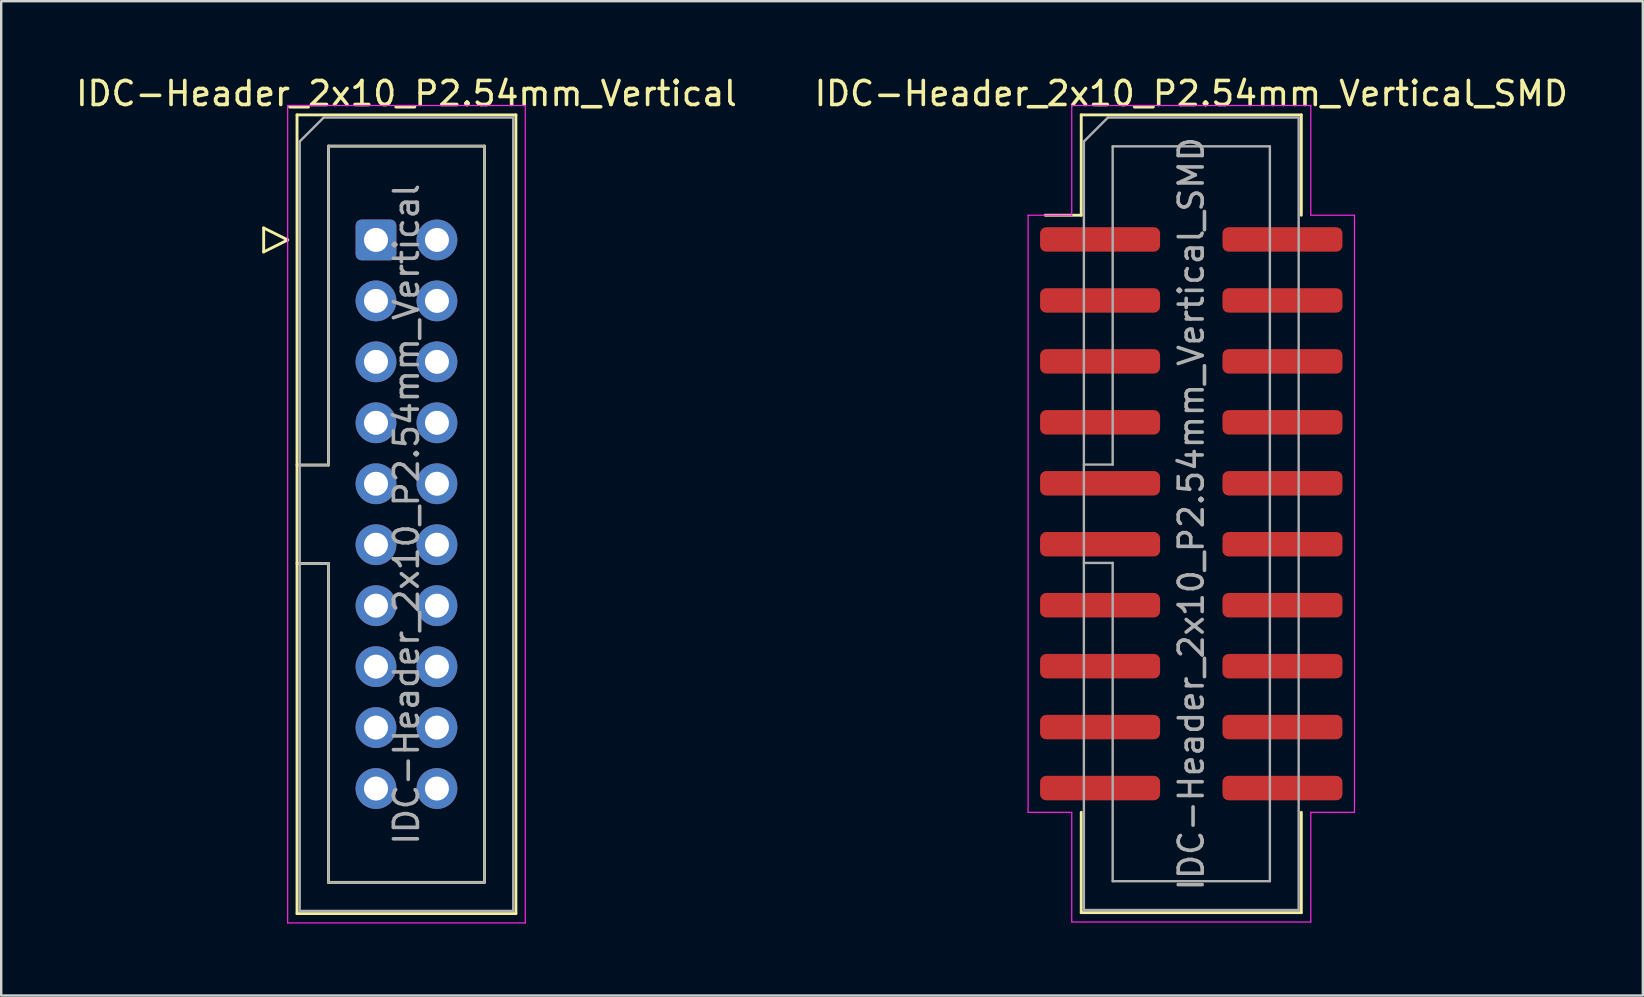
<source format=kicad_pcb>
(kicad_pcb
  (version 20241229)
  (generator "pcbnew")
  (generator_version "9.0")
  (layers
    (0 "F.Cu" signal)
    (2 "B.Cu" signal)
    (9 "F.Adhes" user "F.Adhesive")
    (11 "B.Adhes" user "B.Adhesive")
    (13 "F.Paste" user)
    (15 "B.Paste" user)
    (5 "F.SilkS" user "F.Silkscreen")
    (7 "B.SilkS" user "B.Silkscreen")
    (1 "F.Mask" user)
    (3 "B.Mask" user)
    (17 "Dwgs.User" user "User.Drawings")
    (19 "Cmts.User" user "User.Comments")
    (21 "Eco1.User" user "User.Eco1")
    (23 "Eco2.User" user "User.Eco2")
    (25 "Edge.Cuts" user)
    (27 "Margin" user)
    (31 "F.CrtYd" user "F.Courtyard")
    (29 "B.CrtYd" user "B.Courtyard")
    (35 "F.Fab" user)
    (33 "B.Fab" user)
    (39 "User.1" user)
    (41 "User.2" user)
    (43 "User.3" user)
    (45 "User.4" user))
  (footprint "IDC-Header_2x10_P2.54mm_Vertical_SMD"
    (layer "F.Cu")
    (at 46.589 18.358)
    (property "Reference" "IDC-Header_2x10_P2.54mm_Vertical_SMD" (at 0 -17.51 0) (layer "F.SilkS") (effects (font (size 1 1) (thickness 0.15))))
    (attr smd)
    (fp_line (start -4.585 -16.62) (end 4.585 -16.62) (stroke (width 0.12) (type solid)) (layer "F.SilkS"))
    (fp_line (start -4.585 -12.44) (end -6.085 -12.44) (stroke (width 0.12) (type solid)) (layer "F.SilkS"))
    (fp_line (start -4.585 -12.44) (end -4.585 -16.62) (stroke (width 0.12) (type solid)) (layer "F.SilkS"))
    (fp_line (start -4.585 12.44) (end -4.585 16.62) (stroke (width 0.12) (type solid)) (layer "F.SilkS"))
    (fp_line (start -4.585 16.62) (end 4.585 16.62) (stroke (width 0.12) (type solid)) (layer "F.SilkS"))
    (fp_line (start 4.585 -16.62) (end 4.585 -12.44) (stroke (width 0.12) (type solid)) (layer "F.SilkS"))
    (fp_line (start 4.585 16.62) (end 4.585 12.44) (stroke (width 0.12) (type solid)) (layer "F.SilkS"))
    (fp_line (start -6.8 -12.44) (end -6.8 12.44) (stroke (width 0.05) (type solid)) (layer "F.CrtYd"))
    (fp_line (start -6.8 12.44) (end -4.98 12.44) (stroke (width 0.05) (type solid)) (layer "F.CrtYd"))
    (fp_line (start -4.98 -17.01) (end -4.98 -12.44) (stroke (width 0.05) (type solid)) (layer "F.CrtYd"))
    (fp_line (start -4.98 -12.44) (end -6.8 -12.44) (stroke (width 0.05) (type solid)) (layer "F.CrtYd"))
    (fp_line (start -4.98 12.44) (end -4.98 17.01) (stroke (width 0.05) (type solid)) (layer "F.CrtYd"))
    (fp_line (start -4.98 17.01) (end 4.98 17.01) (stroke (width 0.05) (type solid)) (layer "F.CrtYd"))
    (fp_line (start 4.98 -17.01) (end -4.98 -17.01) (stroke (width 0.05) (type solid)) (layer "F.CrtYd"))
    (fp_line (start 4.98 -12.44) (end 4.98 -17.01) (stroke (width 0.05) (type solid)) (layer "F.CrtYd"))
    (fp_line (start 4.98 12.44) (end 6.8 12.44) (stroke (width 0.05) (type solid)) (layer "F.CrtYd"))
    (fp_line (start 4.98 17.01) (end 4.98 12.44) (stroke (width 0.05) (type solid)) (layer "F.CrtYd"))
    (fp_line (start 6.8 -12.44) (end 4.98 -12.44) (stroke (width 0.05) (type solid)) (layer "F.CrtYd"))
    (fp_line (start 6.8 12.44) (end 6.8 -12.44) (stroke (width 0.05) (type solid)) (layer "F.CrtYd"))
    (fp_line (start -4.475 -15.51) (end -3.475 -16.51) (stroke (width 0.1) (type solid)) (layer "F.Fab"))
    (fp_line (start -4.475 -2.05) (end -3.275 -2.05) (stroke (width 0.1) (type solid)) (layer "F.Fab"))
    (fp_line (start -4.475 16.51) (end -4.475 -15.51) (stroke (width 0.1) (type solid)) (layer "F.Fab"))
    (fp_line (start -3.475 -16.51) (end 4.475 -16.51) (stroke (width 0.1) (type solid)) (layer "F.Fab"))
    (fp_line (start -3.275 -15.31) (end 3.275 -15.31) (stroke (width 0.1) (type solid)) (layer "F.Fab"))
    (fp_line (start -3.275 -2.05) (end -3.275 -15.31) (stroke (width 0.1) (type solid)) (layer "F.Fab"))
    (fp_line (start -3.275 2.05) (end -4.475 2.05) (stroke (width 0.1) (type solid)) (layer "F.Fab"))
    (fp_line (start -3.275 2.05) (end -3.275 2.05) (stroke (width 0.1) (type solid)) (layer "F.Fab"))
    (fp_line (start -3.275 15.31) (end -3.275 2.05) (stroke (width 0.1) (type solid)) (layer "F.Fab"))
    (fp_line (start 3.275 -15.31) (end 3.275 15.31) (stroke (width 0.1) (type solid)) (layer "F.Fab"))
    (fp_line (start 3.275 15.31) (end -3.275 15.31) (stroke (width 0.1) (type solid)) (layer "F.Fab"))
    (fp_line (start 4.475 -16.51) (end 4.475 16.51) (stroke (width 0.1) (type solid)) (layer "F.Fab"))
    (fp_line (start 4.475 16.51) (end -4.475 16.51) (stroke (width 0.1) (type solid)) (layer "F.Fab"))
    (fp_text user "${REFERENCE}" (at 0 0 90) (layer "F.Fab") (effects (font (size 1 1) (thickness 0.15))))
    (pad "1" smd roundrect (at -3.8 -11.43) (size 5 1.02) (layers "F.Cu" "F.Mask" "F.Paste") (roundrect_rratio 0.25))
    (pad "2" smd roundrect (at 3.8 -11.43) (size 5 1.02) (layers "F.Cu" "F.Mask" "F.Paste") (roundrect_rratio 0.25))
    (pad "3" smd roundrect (at -3.8 -8.89) (size 5 1.02) (layers "F.Cu" "F.Mask" "F.Paste") (roundrect_rratio 0.25))
    (pad "4" smd roundrect (at 3.8 -8.89) (size 5 1.02) (layers "F.Cu" "F.Mask" "F.Paste") (roundrect_rratio 0.25))
    (pad "5" smd roundrect (at -3.8 -6.35) (size 5 1.02) (layers "F.Cu" "F.Mask" "F.Paste") (roundrect_rratio 0.25))
    (pad "6" smd roundrect (at 3.8 -6.35) (size 5 1.02) (layers "F.Cu" "F.Mask" "F.Paste") (roundrect_rratio 0.25))
    (pad "7" smd roundrect (at -3.8 -3.81) (size 5 1.02) (layers "F.Cu" "F.Mask" "F.Paste") (roundrect_rratio 0.25))
    (pad "8" smd roundrect (at 3.8 -3.81) (size 5 1.02) (layers "F.Cu" "F.Mask" "F.Paste") (roundrect_rratio 0.25))
    (pad "9" smd roundrect (at -3.8 -1.27) (size 5 1.02) (layers "F.Cu" "F.Mask" "F.Paste") (roundrect_rratio 0.25))
    (pad "10" smd roundrect (at 3.8 -1.27) (size 5 1.02) (layers "F.Cu" "F.Mask" "F.Paste") (roundrect_rratio 0.25))
    (pad "11" smd roundrect (at -3.8 1.27) (size 5 1.02) (layers "F.Cu" "F.Mask" "F.Paste") (roundrect_rratio 0.25))
    (pad "12" smd roundrect (at 3.8 1.27) (size 5 1.02) (layers "F.Cu" "F.Mask" "F.Paste") (roundrect_rratio 0.25))
    (pad "13" smd roundrect (at -3.8 3.81) (size 5 1.02) (layers "F.Cu" "F.Mask" "F.Paste") (roundrect_rratio 0.25))
    (pad "14" smd roundrect (at 3.8 3.81) (size 5 1.02) (layers "F.Cu" "F.Mask" "F.Paste") (roundrect_rratio 0.25))
    (pad "15" smd roundrect (at -3.8 6.35) (size 5 1.02) (layers "F.Cu" "F.Mask" "F.Paste") (roundrect_rratio 0.25))
    (pad "16" smd roundrect (at 3.8 6.35) (size 5 1.02) (layers "F.Cu" "F.Mask" "F.Paste") (roundrect_rratio 0.25))
    (pad "17" smd roundrect (at -3.8 8.89) (size 5 1.02) (layers "F.Cu" "F.Mask" "F.Paste") (roundrect_rratio 0.25))
    (pad "18" smd roundrect (at 3.8 8.89) (size 5 1.02) (layers "F.Cu" "F.Mask" "F.Paste") (roundrect_rratio 0.25))
    (pad "19" smd roundrect (at -3.8 11.43) (size 5 1.02) (layers "F.Cu" "F.Mask" "F.Paste") (roundrect_rratio 0.25))
    (pad "20" smd roundrect (at 3.8 11.43) (size 5 1.02) (layers "F.Cu" "F.Mask" "F.Paste") (roundrect_rratio 0.25)))
  (footprint "IDC-Header_2x10_P2.54mm_Vertical"
    (layer "F.Cu")
    (at 12.617 6.948)
    (property "Reference" "IDC-Header_2x10_P2.54mm_Vertical" (at 1.27 -6.1 0) (layer "F.SilkS") (effects (font (size 1 1) (thickness 0.15))))
    (attr through_hole)
    (fp_line (start -4.68 -0.5) (end -4.68 0.5) (stroke (width 0.12) (type solid)) (layer "F.SilkS"))
    (fp_line (start -4.68 0.5) (end -3.68 0) (stroke (width 0.12) (type solid)) (layer "F.SilkS"))
    (fp_line (start -3.68 0) (end -4.68 -0.5) (stroke (width 0.12) (type solid)) (layer "F.SilkS"))
    (fp_line (start -3.29 -5.21) (end 5.83 -5.21) (stroke (width 0.12) (type solid)) (layer "F.SilkS"))
    (fp_line (start -3.29 9.38) (end -1.98 9.38) (stroke (width 0.12) (type solid)) (layer "F.SilkS"))
    (fp_line (start -3.29 28.07) (end -3.29 -5.21) (stroke (width 0.12) (type solid)) (layer "F.SilkS"))
    (fp_line (start -1.98 -3.91) (end 4.52 -3.91) (stroke (width 0.12) (type solid)) (layer "F.SilkS"))
    (fp_line (start -1.98 9.38) (end -1.98 -3.91) (stroke (width 0.12) (type solid)) (layer "F.SilkS"))
    (fp_line (start -1.98 13.48) (end -3.29 13.48) (stroke (width 0.12) (type solid)) (layer "F.SilkS"))
    (fp_line (start -1.98 13.48) (end -1.98 13.48) (stroke (width 0.12) (type solid)) (layer "F.SilkS"))
    (fp_line (start -1.98 26.77) (end -1.98 13.48) (stroke (width 0.12) (type solid)) (layer "F.SilkS"))
    (fp_line (start 4.52 -3.91) (end 4.52 26.77) (stroke (width 0.12) (type solid)) (layer "F.SilkS"))
    (fp_line (start 4.52 26.77) (end -1.98 26.77) (stroke (width 0.12) (type solid)) (layer "F.SilkS"))
    (fp_line (start 5.83 -5.21) (end 5.83 28.07) (stroke (width 0.12) (type solid)) (layer "F.SilkS"))
    (fp_line (start 5.83 28.07) (end -3.29 28.07) (stroke (width 0.12) (type solid)) (layer "F.SilkS"))
    (fp_line (start -3.68 -5.6) (end -3.68 28.46) (stroke (width 0.05) (type solid)) (layer "F.CrtYd"))
    (fp_line (start -3.68 28.46) (end 6.22 28.46) (stroke (width 0.05) (type solid)) (layer "F.CrtYd"))
    (fp_line (start 6.22 -5.6) (end -3.68 -5.6) (stroke (width 0.05) (type solid)) (layer "F.CrtYd"))
    (fp_line (start 6.22 28.46) (end 6.22 -5.6) (stroke (width 0.05) (type solid)) (layer "F.CrtYd"))
    (fp_line (start -3.18 -4.1) (end -2.18 -5.1) (stroke (width 0.1) (type solid)) (layer "F.Fab"))
    (fp_line (start -3.18 9.38) (end -1.98 9.38) (stroke (width 0.1) (type solid)) (layer "F.Fab"))
    (fp_line (start -3.18 27.96) (end -3.18 -4.1) (stroke (width 0.1) (type solid)) (layer "F.Fab"))
    (fp_line (start -2.18 -5.1) (end 5.72 -5.1) (stroke (width 0.1) (type solid)) (layer "F.Fab"))
    (fp_line (start -1.98 -3.91) (end 4.52 -3.91) (stroke (width 0.1) (type solid)) (layer "F.Fab"))
    (fp_line (start -1.98 9.38) (end -1.98 -3.91) (stroke (width 0.1) (type solid)) (layer "F.Fab"))
    (fp_line (start -1.98 13.48) (end -3.18 13.48) (stroke (width 0.1) (type solid)) (layer "F.Fab"))
    (fp_line (start -1.98 13.48) (end -1.98 13.48) (stroke (width 0.1) (type solid)) (layer "F.Fab"))
    (fp_line (start -1.98 26.77) (end -1.98 13.48) (stroke (width 0.1) (type solid)) (layer "F.Fab"))
    (fp_line (start 4.52 -3.91) (end 4.52 26.77) (stroke (width 0.1) (type solid)) (layer "F.Fab"))
    (fp_line (start 4.52 26.77) (end -1.98 26.77) (stroke (width 0.1) (type solid)) (layer "F.Fab"))
    (fp_line (start 5.72 -5.1) (end 5.72 27.96) (stroke (width 0.1) (type solid)) (layer "F.Fab"))
    (fp_line (start 5.72 27.96) (end -3.18 27.96) (stroke (width 0.1) (type solid)) (layer "F.Fab"))
    (fp_text user "${REFERENCE}" (at 1.27 11.43 90) (layer "F.Fab") (effects (font (size 1 1) (thickness 0.15))))
    (pad "1" thru_hole roundrect (at 0 0) (size 1.7 1.7) (drill 1) (layers "*.Cu" "*.Mask") (roundrect_rratio 0.147))
    (pad "2" thru_hole circle (at 2.54 0) (size 1.7 1.7) (drill 1) (layers "*.Cu" "*.Mask"))
    (pad "3" thru_hole circle (at 0 2.54) (size 1.7 1.7) (drill 1) (layers "*.Cu" "*.Mask"))
    (pad "4" thru_hole circle (at 2.54 2.54) (size 1.7 1.7) (drill 1) (layers "*.Cu" "*.Mask"))
    (pad "5" thru_hole circle (at 0 5.08) (size 1.7 1.7) (drill 1) (layers "*.Cu" "*.Mask"))
    (pad "6" thru_hole circle (at 2.54 5.08) (size 1.7 1.7) (drill 1) (layers "*.Cu" "*.Mask"))
    (pad "7" thru_hole circle (at 0 7.62) (size 1.7 1.7) (drill 1) (layers "*.Cu" "*.Mask"))
    (pad "8" thru_hole circle (at 2.54 7.62) (size 1.7 1.7) (drill 1) (layers "*.Cu" "*.Mask"))
    (pad "9" thru_hole circle (at 0 10.16) (size 1.7 1.7) (drill 1) (layers "*.Cu" "*.Mask"))
    (pad "10" thru_hole circle (at 2.54 10.16) (size 1.7 1.7) (drill 1) (layers "*.Cu" "*.Mask"))
    (pad "11" thru_hole circle (at 0 12.7) (size 1.7 1.7) (drill 1) (layers "*.Cu" "*.Mask"))
    (pad "12" thru_hole circle (at 2.54 12.7) (size 1.7 1.7) (drill 1) (layers "*.Cu" "*.Mask"))
    (pad "13" thru_hole circle (at 0 15.24) (size 1.7 1.7) (drill 1) (layers "*.Cu" "*.Mask"))
    (pad "14" thru_hole circle (at 2.54 15.24) (size 1.7 1.7) (drill 1) (layers "*.Cu" "*.Mask"))
    (pad "15" thru_hole circle (at 0 17.78) (size 1.7 1.7) (drill 1) (layers "*.Cu" "*.Mask"))
    (pad "16" thru_hole circle (at 2.54 17.78) (size 1.7 1.7) (drill 1) (layers "*.Cu" "*.Mask"))
    (pad "17" thru_hole circle (at 0 20.32) (size 1.7 1.7) (drill 1) (layers "*.Cu" "*.Mask"))
    (pad "18" thru_hole circle (at 2.54 20.32) (size 1.7 1.7) (drill 1) (layers "*.Cu" "*.Mask"))
    (pad "19" thru_hole circle (at 0 22.86) (size 1.7 1.7) (drill 1) (layers "*.Cu" "*.Mask"))
    (pad "20" thru_hole circle (at 2.54 22.86) (size 1.7 1.7) (drill 1) (layers "*.Cu" "*.Mask")))
  (gr_rect
    (start -3 -3)
    (end 65.405 38.433)
    (stroke (width 0.1) (type default))
    (fill no)
    (layer "Edge.Cuts")))
</source>
